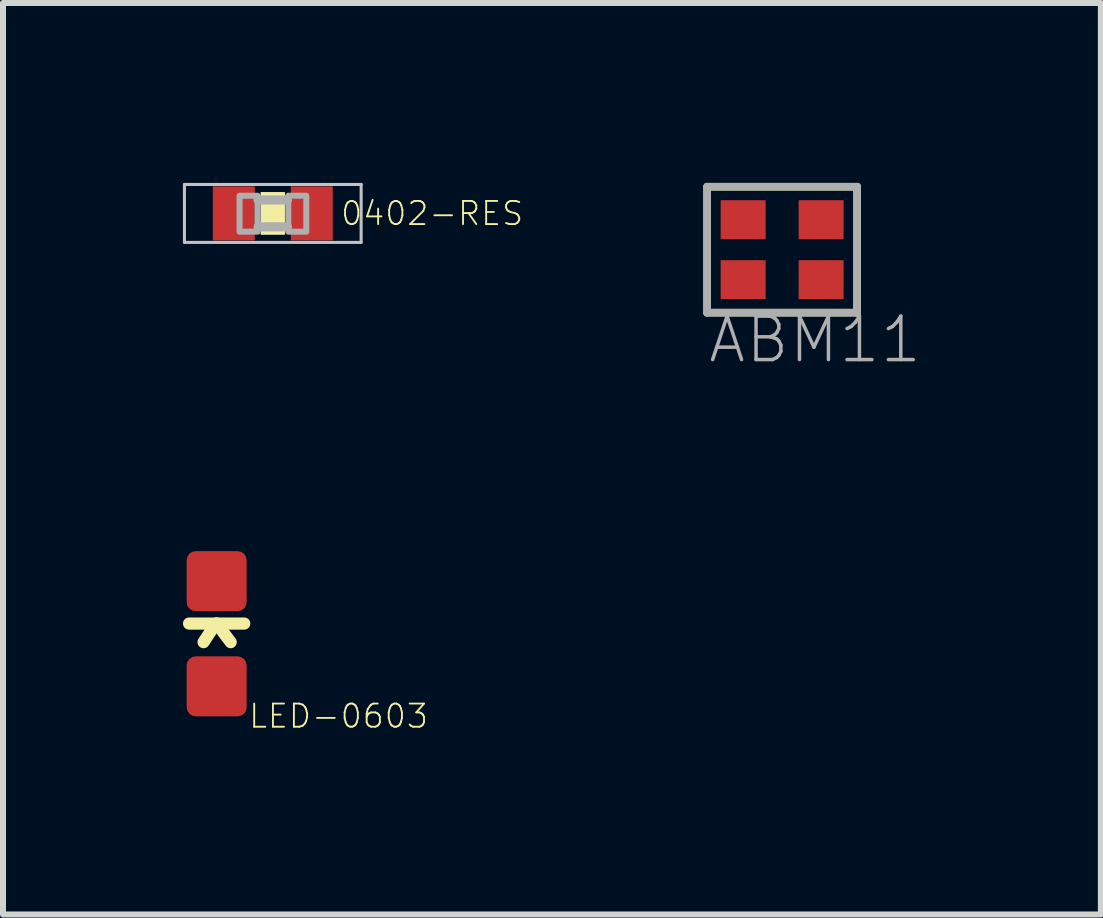
<source format=kicad_pcb>
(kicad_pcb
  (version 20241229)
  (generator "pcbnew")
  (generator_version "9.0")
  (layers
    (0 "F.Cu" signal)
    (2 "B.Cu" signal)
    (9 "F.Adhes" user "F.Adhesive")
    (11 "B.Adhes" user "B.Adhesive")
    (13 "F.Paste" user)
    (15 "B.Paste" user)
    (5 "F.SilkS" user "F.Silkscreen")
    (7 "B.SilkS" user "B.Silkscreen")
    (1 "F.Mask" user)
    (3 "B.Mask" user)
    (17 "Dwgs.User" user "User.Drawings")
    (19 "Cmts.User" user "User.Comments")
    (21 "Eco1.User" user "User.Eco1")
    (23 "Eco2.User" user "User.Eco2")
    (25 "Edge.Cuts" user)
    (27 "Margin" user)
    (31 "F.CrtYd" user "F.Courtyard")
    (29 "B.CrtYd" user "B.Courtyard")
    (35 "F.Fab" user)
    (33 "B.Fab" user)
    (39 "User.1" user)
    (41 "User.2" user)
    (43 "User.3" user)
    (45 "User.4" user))
  (footprint "LED-0603"
    (layer "F.Cu")
    (at 0.562 7.516)
    (property "Reference" "LED-0603" (at 0.514 1.599 180) (layer "F.SilkS") (effects (font (size 0.386 0.386) (thickness 0.031)) (justify left bottom)))
    (attr through_hole)
    (fp_line (start -0.46 -0.17) (end 0 -0.17) (stroke (width 0.203) (type solid)) (layer "F.SilkS"))
    (fp_line (start -0.025 -0.155) (end -0.218 0.14) (stroke (width 0.203) (type solid)) (layer "F.SilkS"))
    (fp_line (start 0 -0.17) (end 0.234 0.14) (stroke (width 0.203) (type solid)) (layer "F.SilkS"))
    (fp_line (start 0.46 -0.17) (end 0 -0.17) (stroke (width 0.203) (type solid)) (layer "F.SilkS"))
    (pad "A" smd roundrect (at 0 0.877) (size 1 1) (layers "F.Cu" "F.Mask" "F.Paste") (roundrect_rratio 0.15))
    (pad "C" smd roundrect (at 0 -0.877) (size 1 1) (layers "F.Cu" "F.Mask" "F.Paste") (roundrect_rratio 0.15)))
  (footprint "0402-RES"
    (layer "F.Cu")
    (at 1.498 0.508)
    (property "Reference" "0402-RES" (at 1.111 0.227 180) (layer "F.SilkS") (effects (font (size 0.386 0.386) (thickness 0.031)) (justify left bottom)))
    (attr through_hole)
    (fp_poly (pts (xy -0.203 0.356) (xy 0.203 0.356) (xy 0.203 -0.356) (xy -0.203 -0.356)) (stroke (width 0) (type solid)) (fill yes) (layer "F.SilkS"))
    (fp_poly (pts (xy -0.2 0.3) (xy 0.2 0.3) (xy 0.2 -0.3) (xy -0.2 -0.3)) (stroke (width 0) (type solid)) (fill yes) (layer "F.Adhes"))
    (fp_line (start -1.473 -0.483) (end 1.473 -0.483) (stroke (width 0.051) (type solid)) (layer "Dwgs.User"))
    (fp_line (start -1.473 0.483) (end -1.473 -0.483) (stroke (width 0.051) (type solid)) (layer "Dwgs.User"))
    (fp_line (start 1.473 -0.483) (end 1.473 0.483) (stroke (width 0.051) (type solid)) (layer "Dwgs.User"))
    (fp_line (start 1.473 0.483) (end -1.473 0.483) (stroke (width 0.051) (type solid)) (layer "Dwgs.User"))
    (fp_line (start -0.245 -0.224) (end 0.245 -0.224) (stroke (width 0.152) (type solid)) (layer "F.Fab"))
    (fp_line (start 0.245 0.224) (end -0.245 0.224) (stroke (width 0.152) (type solid)) (layer "F.Fab"))
    (fp_poly (pts (xy -0.554 0.305) (xy -0.254 0.305) (xy -0.254 -0.295) (xy -0.554 -0.295)) (stroke (width 0.1) (type solid)) (fill no) (layer "F.Fab"))
    (fp_poly (pts (xy 0.259 0.305) (xy 0.559 0.305) (xy 0.559 -0.295) (xy 0.259 -0.295)) (stroke (width 0.1) (type solid)) (fill no) (layer "F.Fab"))
    (pad "1" smd rect (at -0.65 0) (size 0.7 0.9) (layers "F.Cu" "F.Mask" "F.Paste"))
    (pad "2" smd rect (at 0.65 0) (size 0.7 0.9) (layers "F.Cu" "F.Mask" "F.Paste")))
  (footprint "ABM11"
    (layer "F.Cu")
    (at 9.99 1.113)
    (property "Reference" "ABM11" (at -1.266 1.5 180) (layer "F.Fab") (effects (font (size 0.724 0.724) (thickness 0.058)) (justify left)))
    (attr through_hole)
    (fp_line (start -1.25 -1.05) (end -1.25 1.05) (stroke (width 0.127) (type solid)) (layer "F.SilkS"))
    (fp_line (start -1.25 -1.05) (end 1.25 -1.05) (stroke (width 0.127) (type solid)) (layer "F.SilkS"))
    (fp_line (start -1.25 1.05) (end 1.25 1.05) (stroke (width 0.127) (type solid)) (layer "F.SilkS"))
    (fp_line (start 1.25 1.05) (end 1.25 -1.05) (stroke (width 0.127) (type solid)) (layer "F.SilkS"))
    (fp_line (start -1.25 -1.05) (end -1.25 1.05) (stroke (width 0.127) (type solid)) (layer "F.Fab"))
    (fp_line (start -1.25 -1.05) (end 1.25 -1.05) (stroke (width 0.127) (type solid)) (layer "F.Fab"))
    (fp_line (start -1.25 1.05) (end 1.25 1.05) (stroke (width 0.127) (type solid)) (layer "F.Fab"))
    (fp_line (start 1.25 1.05) (end 1.25 -1.05) (stroke (width 0.127) (type solid)) (layer "F.Fab"))
    (pad "1" smd rect (at -0.65 0.5) (size 0.75 0.65) (layers "F.Cu" "F.Mask" "F.Paste"))
    (pad "2" smd rect (at 0.65 0.5) (size 0.75 0.65) (layers "F.Cu" "F.Mask" "F.Paste"))
    (pad "3" smd rect (at 0.65 -0.5) (size 0.75 0.65) (layers "F.Cu" "F.Mask" "F.Paste"))
    (pad "4" smd rect (at -0.65 -0.5) (size 0.75 0.65) (layers "F.Cu" "F.Mask" "F.Paste")))
  (gr_rect
    (start -3 -3)
    (end 15.304 12.196)
    (stroke (width 0.1) (type default))
    (fill no)
    (layer "Edge.Cuts")))
</source>
